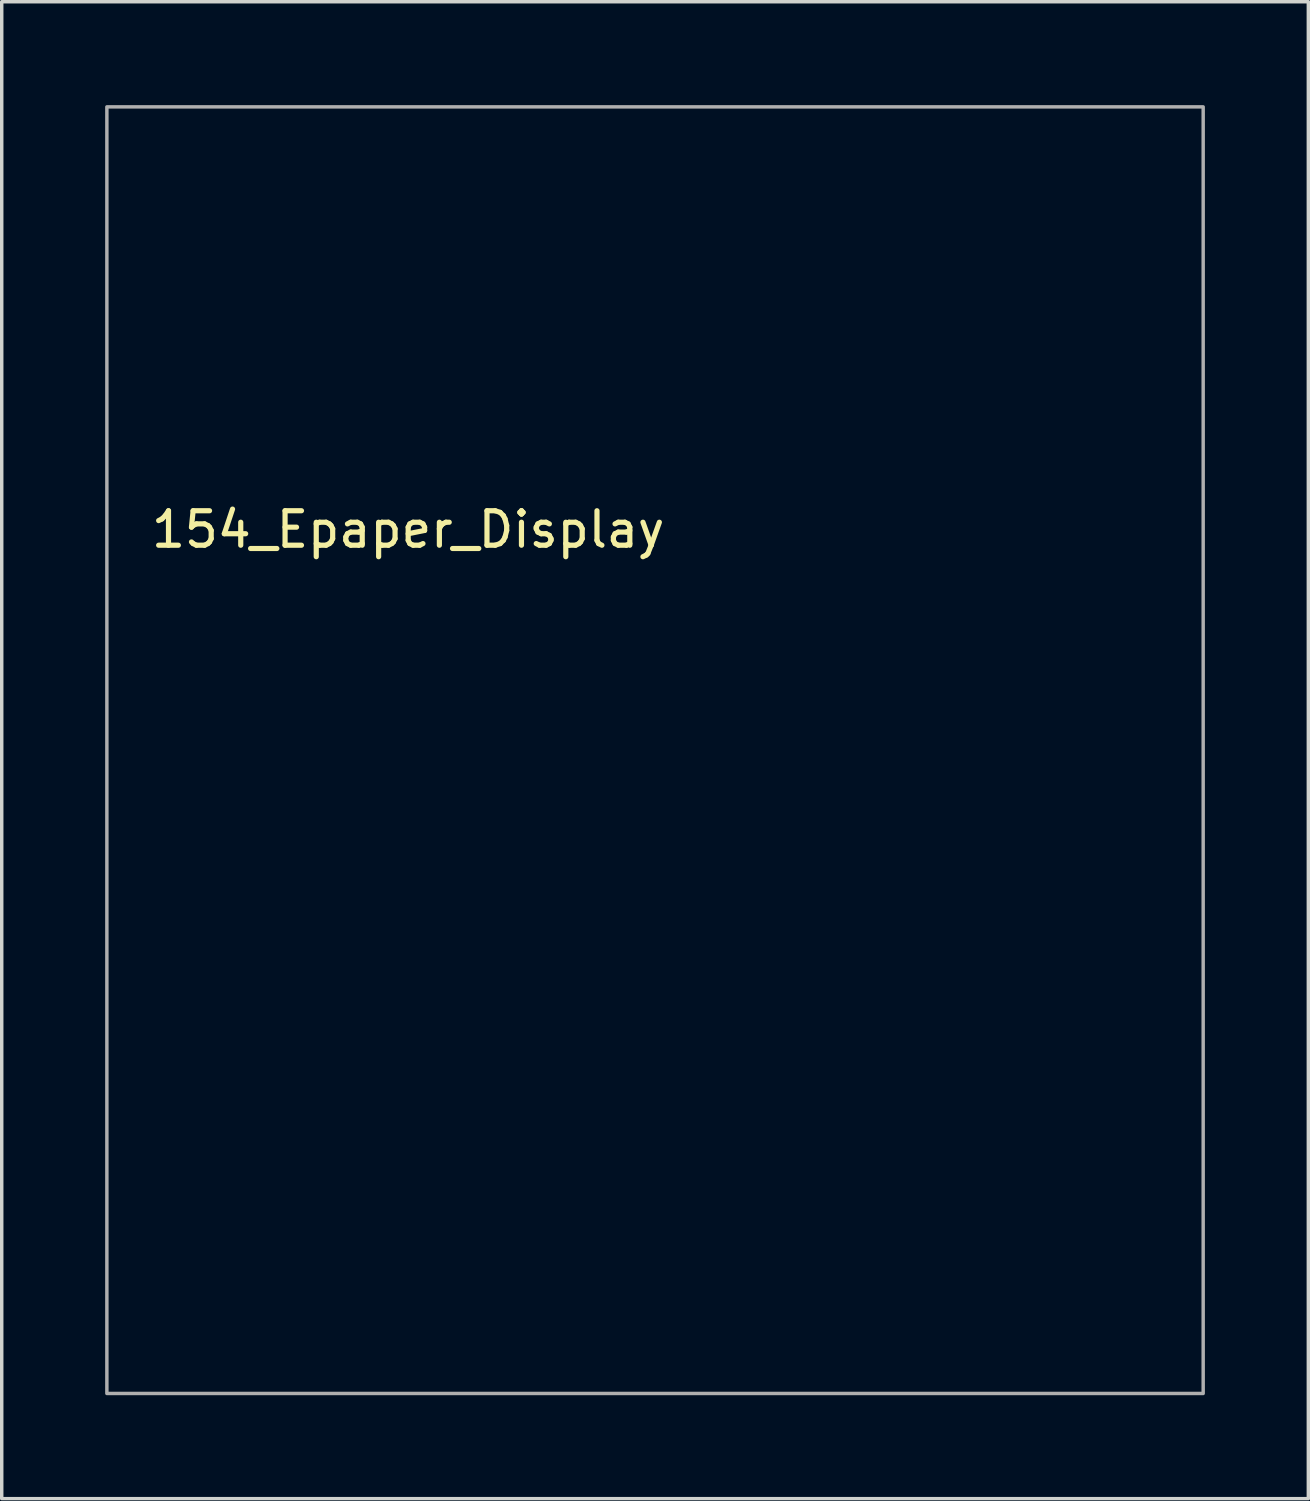
<source format=kicad_pcb>
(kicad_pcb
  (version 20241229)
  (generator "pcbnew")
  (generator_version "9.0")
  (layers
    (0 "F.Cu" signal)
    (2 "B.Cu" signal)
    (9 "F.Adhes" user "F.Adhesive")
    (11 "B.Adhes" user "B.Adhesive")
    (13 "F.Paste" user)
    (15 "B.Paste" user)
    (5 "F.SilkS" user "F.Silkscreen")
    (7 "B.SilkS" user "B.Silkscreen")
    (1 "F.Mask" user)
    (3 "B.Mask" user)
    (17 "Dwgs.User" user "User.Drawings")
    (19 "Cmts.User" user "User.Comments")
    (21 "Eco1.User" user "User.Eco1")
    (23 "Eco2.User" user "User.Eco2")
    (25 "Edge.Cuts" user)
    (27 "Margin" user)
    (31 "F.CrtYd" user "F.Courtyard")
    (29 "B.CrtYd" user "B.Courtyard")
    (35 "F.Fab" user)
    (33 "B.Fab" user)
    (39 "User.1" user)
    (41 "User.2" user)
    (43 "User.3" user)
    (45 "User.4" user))
  (footprint "154_Epaper_Display"
    (layer "F.Cu")
    (at 15.91 19.12)
    (property "Reference" "154_Epaper_Display" (at -7.12 -6.81 0) (layer "F.SilkS") (effects (font (size 1 1) (thickness 0.15))))
    (attr exclude_from_pos_files exclude_from_bom)
    (fp_poly (pts (xy 15.94 18.25) (xy -15.86 18.25) (xy -15.86 -19.07) (xy 15.94 -19.07)) (stroke (width 0.1) (type solid)) (fill no) (layer "F.Fab")))
  (gr_rect
    (start -3 -3)
    (end 34.9 40.42)
    (stroke (width 0.1) (type default))
    (fill no)
    (layer "Edge.Cuts")))
</source>
